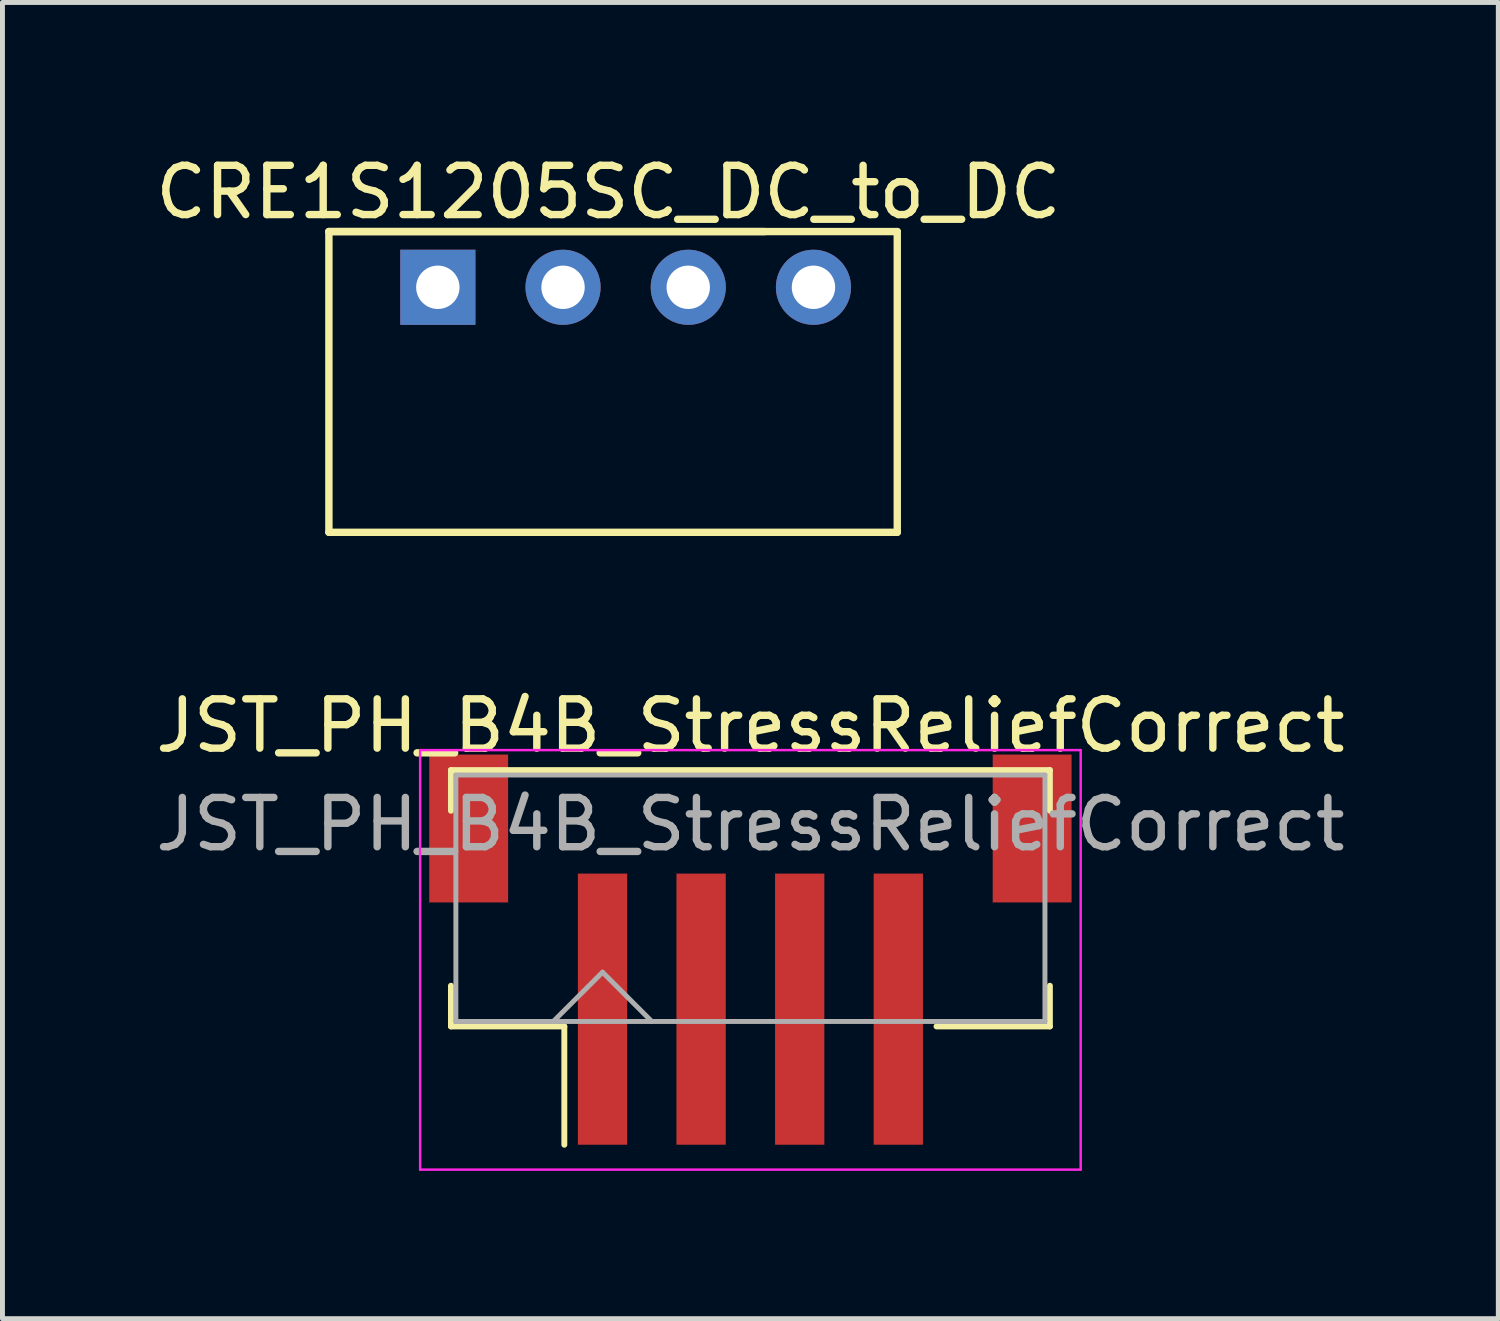
<source format=kicad_pcb>
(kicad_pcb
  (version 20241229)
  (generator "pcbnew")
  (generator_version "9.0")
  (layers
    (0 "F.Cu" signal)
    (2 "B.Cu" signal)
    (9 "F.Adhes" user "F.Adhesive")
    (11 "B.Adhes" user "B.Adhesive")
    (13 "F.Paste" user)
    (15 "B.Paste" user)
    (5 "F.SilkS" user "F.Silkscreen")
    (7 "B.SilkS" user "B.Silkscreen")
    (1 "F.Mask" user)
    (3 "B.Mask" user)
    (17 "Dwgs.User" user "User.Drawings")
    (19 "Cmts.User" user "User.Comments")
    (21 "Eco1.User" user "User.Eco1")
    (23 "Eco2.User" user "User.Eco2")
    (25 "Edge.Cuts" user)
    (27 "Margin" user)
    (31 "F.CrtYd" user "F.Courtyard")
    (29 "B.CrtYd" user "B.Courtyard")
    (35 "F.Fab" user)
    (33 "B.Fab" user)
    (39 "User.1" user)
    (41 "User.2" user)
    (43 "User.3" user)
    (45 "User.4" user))
  (footprint "JST_PH_B4B_StressReliefCorrect"
    (layer "F.Cu")
    (at 12.173 16.297)
    (property "Reference" "JST_PH_B4B_StressReliefCorrect" (at 0 -4.625 0) (layer "F.SilkS") (effects (font (size 1 1) (thickness 0.15))))
    (attr smd)
    (fp_line (start -6.075 -3.725) (end 6.075 -3.725) (stroke (width 0.12) (type solid)) (layer "F.SilkS"))
    (fp_line (start -6.075 -2.9) (end -6.075 -3.725) (stroke (width 0.12) (type solid)) (layer "F.SilkS"))
    (fp_line (start -6.075 0.65) (end -6.075 1.475) (stroke (width 0.12) (type solid)) (layer "F.SilkS"))
    (fp_line (start -6.075 1.475) (end -3.775 1.475) (stroke (width 0.12) (type solid)) (layer "F.SilkS"))
    (fp_line (start -3.775 1.475) (end -3.775 3.875) (stroke (width 0.12) (type solid)) (layer "F.SilkS"))
    (fp_line (start 6.075 -3.725) (end 6.075 -2.9) (stroke (width 0.12) (type solid)) (layer "F.SilkS"))
    (fp_line (start 6.075 0.65) (end 6.075 1.475) (stroke (width 0.12) (type solid)) (layer "F.SilkS"))
    (fp_line (start 6.075 1.475) (end 3.775 1.475) (stroke (width 0.12) (type solid)) (layer "F.SilkS"))
    (fp_line (start -6.7 -4.13) (end -6.7 4.38) (stroke (width 0.05) (type solid)) (layer "F.CrtYd"))
    (fp_line (start -6.7 4.38) (end 6.7 4.38) (stroke (width 0.05) (type solid)) (layer "F.CrtYd"))
    (fp_line (start 6.7 -4.13) (end -6.7 -4.13) (stroke (width 0.05) (type solid)) (layer "F.CrtYd"))
    (fp_line (start 6.7 4.38) (end 6.7 -4.13) (stroke (width 0.05) (type solid)) (layer "F.CrtYd"))
    (fp_line (start -5.975 -3.625) (end -5.975 1.375) (stroke (width 0.1) (type solid)) (layer "F.Fab"))
    (fp_line (start -5.975 1.375) (end 5.975 1.375) (stroke (width 0.1) (type solid)) (layer "F.Fab"))
    (fp_line (start -4 1.375) (end -3 0.375) (stroke (width 0.1) (type solid)) (layer "F.Fab"))
    (fp_line (start -3 0.375) (end -2 1.375) (stroke (width 0.1) (type solid)) (layer "F.Fab"))
    (fp_line (start 5.975 -3.625) (end -5.975 -3.625) (stroke (width 0.1) (type solid)) (layer "F.Fab"))
    (fp_line (start 5.975 1.375) (end 5.975 -3.625) (stroke (width 0.1) (type solid)) (layer "F.Fab"))
    (fp_text user "${REFERENCE}" (at 0 -2.625 0) (layer "F.Fab") (effects (font (size 1 1) (thickness 0.15))))
    (pad "" smd rect (at -5.715 -2.54) (size 1.6 3) (layers "F.Cu" "F.Mask" "F.Paste"))
    (pad "" smd rect (at 5.715 -2.54) (size 1.6 3) (layers "F.Cu" "F.Mask" "F.Paste"))
    (pad "1" smd rect (at -3 1.125) (size 1 5.5) (layers "F.Cu" "F.Mask" "F.Paste"))
    (pad "2" smd rect (at -1 1.125) (size 1 5.5) (layers "F.Cu" "F.Mask" "F.Paste"))
    (pad "3" smd rect (at 1 1.125) (size 1 5.5) (layers "F.Cu" "F.Mask" "F.Paste"))
    (pad "4" smd rect (at 3 1.125) (size 1 5.5) (layers "F.Cu" "F.Mask" "F.Paste")))
  (footprint "CRE1S1205SC_DC_to_DC"
    (layer "F.Cu")
    (at 8.372 2.778)
    (property "Reference" "CRE1S1205SC_DC_to_DC" (at 0.92 -1.93 0) (layer "F.SilkS") (effects (font (size 1 1) (thickness 0.15))))
    (attr through_hole)
    (fp_line (start -4.75 -1.13) (end 4.09 -1.13) (stroke (width 0.15) (type solid)) (layer "F.SilkS"))
    (fp_line (start -4.75 -1.13) (end 6.78 -1.13) (stroke (width 0.15) (type solid)) (layer "F.SilkS"))
    (fp_line (start -4.75 4.97) (end -4.75 -1.13) (stroke (width 0.15) (type solid)) (layer "F.SilkS"))
    (fp_line (start 6.78 -1.13) (end 6.78 4.97) (stroke (width 0.15) (type solid)) (layer "F.SilkS"))
    (fp_line (start 6.78 4.97) (end -4.75 4.97) (stroke (width 0.15) (type solid)) (layer "F.SilkS"))
    (pad "1" thru_hole rect (at -2.54 0 90) (size 1.524 1.524) (drill 0.88) (layers "*.Cu" "*.Mask"))
    (pad "2" thru_hole circle (at 0 0) (size 1.524 1.524) (drill 0.88) (layers "*.Cu" "*.Mask"))
    (pad "3" thru_hole circle (at 2.54 0) (size 1.524 1.524) (drill 0.88) (layers "*.Cu" "*.Mask"))
    (pad "4" thru_hole circle (at 5.08 0) (size 1.524 1.524) (drill 0.88) (layers "*.Cu" "*.Mask")))
  (gr_rect
    (start -3 -3)
    (end 27.345 23.701)
    (stroke (width 0.1) (type default))
    (fill no)
    (layer "Edge.Cuts")))
</source>
